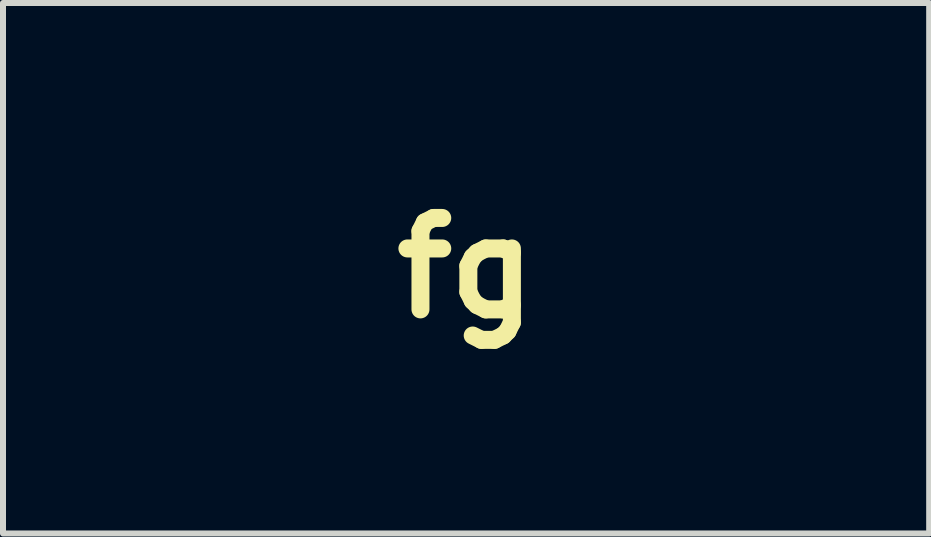
<source format=kicad_pcb>
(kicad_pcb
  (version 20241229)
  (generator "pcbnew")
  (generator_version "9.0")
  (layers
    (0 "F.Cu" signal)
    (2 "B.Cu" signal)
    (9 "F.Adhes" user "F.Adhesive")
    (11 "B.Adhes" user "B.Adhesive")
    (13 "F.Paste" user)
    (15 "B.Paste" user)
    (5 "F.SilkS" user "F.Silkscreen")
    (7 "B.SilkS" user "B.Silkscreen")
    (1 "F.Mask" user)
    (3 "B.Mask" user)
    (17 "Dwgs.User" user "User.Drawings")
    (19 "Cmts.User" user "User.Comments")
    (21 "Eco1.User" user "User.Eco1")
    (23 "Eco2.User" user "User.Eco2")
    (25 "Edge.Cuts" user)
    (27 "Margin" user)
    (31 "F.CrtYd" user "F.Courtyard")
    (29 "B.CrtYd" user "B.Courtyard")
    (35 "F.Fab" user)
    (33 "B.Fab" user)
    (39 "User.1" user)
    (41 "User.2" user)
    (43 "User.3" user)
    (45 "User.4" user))
  (footprint "fg"
    (layer "F.Cu")
    (at 4.721 1.418)
    (property "Reference" "fg" (at 0 0 0) (layer "F.SilkS") (effects (font (size 1.524 1.524) (thickness 0.3))))
    (attr through_hole)
    (fp_poly (pts (xy -1.021 -0.425) (xy -1.029 -0.388) (xy -1.036 -0.357) (xy -1.04 -0.336) (xy -1.041 -0.328) (xy -1.049 -0.327) (xy -1.072 -0.325) (xy -1.108 -0.323) (xy -1.155 -0.322) (xy -1.21 -0.321) (xy -1.272 -0.32) (xy -1.297 -0.32) (xy -1.553 -0.318) (xy -1.576 -0.212) (xy -1.585 -0.171) (xy -1.593 -0.136) (xy -1.598 -0.109) (xy -1.6 -0.096) (xy -1.6 -0.095) (xy -1.596 -0.092) (xy -1.584 -0.089) (xy -1.562 -0.087) (xy -1.529 -0.086) (xy -1.482 -0.085) (xy -1.421 -0.085) (xy -1.38 -0.085) (xy -1.321 -0.085) (xy -1.268 -0.084) (xy -1.223 -0.084) (xy -1.189 -0.083) (xy -1.167 -0.082) (xy -1.16 -0.081) (xy -1.162 -0.072) (xy -1.166 -0.05) (xy -1.172 -0.019) (xy -1.177 0.004) (xy -1.184 0.039) (xy -1.19 0.068) (xy -1.193 0.086) (xy -1.194 0.09) (xy -1.202 0.091) (xy -1.225 0.092) (xy -1.26 0.092) (xy -1.306 0.093) (xy -1.359 0.093) (xy -1.417 0.093) (xy -1.64 0.093) (xy -1.731 0.525) (xy -1.848 0.525) (xy -1.896 0.525) (xy -1.929 0.523) (xy -1.95 0.521) (xy -1.959 0.518) (xy -1.96 0.514) (xy -1.958 0.504) (xy -1.952 0.479) (xy -1.944 0.441) (xy -1.933 0.39) (xy -1.92 0.329) (xy -1.905 0.259) (xy -1.889 0.181) (xy -1.871 0.097) (xy -1.858 0.034) (xy -1.84 -0.054) (xy -1.822 -0.138) (xy -1.806 -0.217) (xy -1.791 -0.288) (xy -1.778 -0.35) (xy -1.767 -0.402) (xy -1.759 -0.442) (xy -1.753 -0.468) (xy -1.751 -0.476) (xy -1.743 -0.516) (xy -1.001 -0.516) (xy -1.021 -0.425)) (stroke (width 0.01) (type solid)) (fill yes) (layer "F.Mask"))
    (fp_poly (pts (xy 1.587 -0.539) (xy 1.682 -0.529) (xy 1.765 -0.507) (xy 1.835 -0.473) (xy 1.893 -0.428) (xy 1.939 -0.371) (xy 1.972 -0.303) (xy 1.992 -0.224) (xy 1.994 -0.21) (xy 2 -0.169) (xy 1.763 -0.169) (xy 1.758 -0.212) (xy 1.744 -0.258) (xy 1.717 -0.294) (xy 1.676 -0.321) (xy 1.622 -0.337) (xy 1.555 -0.343) (xy 1.549 -0.343) (xy 1.51 -0.342) (xy 1.481 -0.338) (xy 1.456 -0.331) (xy 1.431 -0.32) (xy 1.371 -0.281) (xy 1.32 -0.23) (xy 1.278 -0.166) (xy 1.246 -0.093) (xy 1.226 -0.013) (xy 1.218 0.074) (xy 1.218 0.079) (xy 1.219 0.126) (xy 1.222 0.161) (xy 1.23 0.191) (xy 1.241 0.221) (xy 1.25 0.238) (xy 1.282 0.286) (xy 1.326 0.321) (xy 1.38 0.344) (xy 1.442 0.354) (xy 1.485 0.352) (xy 1.553 0.339) (xy 1.61 0.315) (xy 1.654 0.281) (xy 1.685 0.244) (xy 1.712 0.199) (xy 1.731 0.155) (xy 1.737 0.135) (xy 1.497 0.135) (xy 1.503 0.108) (xy 1.508 0.085) (xy 1.515 0.053) (xy 1.521 0.023) (xy 1.534 -0.034) (xy 1.753 -0.034) (xy 1.812 -0.034) (xy 1.865 -0.033) (xy 1.91 -0.032) (xy 1.944 -0.031) (xy 1.966 -0.029) (xy 1.973 -0.028) (xy 1.971 -0.018) (xy 1.967 0.006) (xy 1.959 0.043) (xy 1.95 0.09) (xy 1.938 0.146) (xy 1.925 0.208) (xy 1.916 0.252) (xy 1.858 0.525) (xy 1.784 0.525) (xy 1.71 0.525) (xy 1.71 0.423) (xy 1.68 0.457) (xy 1.656 0.479) (xy 1.623 0.501) (xy 1.594 0.518) (xy 1.568 0.53) (xy 1.544 0.538) (xy 1.52 0.543) (xy 1.488 0.546) (xy 1.449 0.547) (xy 1.391 0.547) (xy 1.34 0.544) (xy 1.307 0.538) (xy 1.227 0.512) (xy 1.157 0.474) (xy 1.098 0.424) (xy 1.052 0.362) (xy 1.037 0.335) (xy 1.006 0.254) (xy 0.988 0.165) (xy 0.984 0.071) (xy 0.993 -0.027) (xy 1.016 -0.125) (xy 1.024 -0.15) (xy 1.05 -0.217) (xy 1.081 -0.275) (xy 1.12 -0.328) (xy 1.171 -0.384) (xy 1.173 -0.385) (xy 1.241 -0.445) (xy 1.312 -0.489) (xy 1.388 -0.519) (xy 1.472 -0.536) (xy 1.565 -0.54) (xy 1.587 -0.539)) (stroke (width 0.01) (type solid)) (fill yes) (layer "F.Mask"))
    (fp_poly (pts (xy 1.38 -1.411) (xy 1.487 -1.396) (xy 1.595 -1.365) (xy 1.704 -1.318) (xy 1.816 -1.254) (xy 1.93 -1.174) (xy 2.017 -1.103) (xy 2.066 -1.059) (xy 2.126 -1.002) (xy 2.194 -0.933) (xy 2.27 -0.855) (xy 2.353 -0.767) (xy 2.442 -0.67) (xy 2.527 -0.576) (xy 2.582 -0.515) (xy 2.64 -0.453) (xy 2.697 -0.391) (xy 2.754 -0.331) (xy 2.808 -0.274) (xy 2.859 -0.223) (xy 2.904 -0.177) (xy 2.943 -0.139) (xy 2.974 -0.111) (xy 2.995 -0.093) (xy 3 -0.089) (xy 3.009 -0.084) (xy 3.019 -0.083) (xy 3.031 -0.086) (xy 3.05 -0.095) (xy 3.078 -0.111) (xy 3.111 -0.13) (xy 3.235 -0.197) (xy 3.357 -0.248) (xy 3.478 -0.282) (xy 3.599 -0.3) (xy 3.719 -0.303) (xy 3.725 -0.302) (xy 3.815 -0.294) (xy 3.905 -0.278) (xy 3.998 -0.253) (xy 4.096 -0.219) (xy 4.2 -0.176) (xy 4.314 -0.122) (xy 4.409 -0.072) (xy 4.447 -0.052) (xy 4.481 -0.035) (xy 4.508 -0.023) (xy 4.523 -0.017) (xy 4.525 -0.017) (xy 4.538 -0.02) (xy 4.562 -0.029) (xy 4.594 -0.043) (xy 4.624 -0.055) (xy 4.658 -0.071) (xy 4.687 -0.082) (xy 4.706 -0.089) (xy 4.713 -0.091) (xy 4.707 -0.086) (xy 4.69 -0.074) (xy 4.664 -0.058) (xy 4.646 -0.048) (xy 4.614 -0.03) (xy 4.588 -0.015) (xy 4.57 -0.004) (xy 4.565 -0.001) (xy 4.564 0.005) (xy 4.577 0.017) (xy 4.603 0.034) (xy 4.618 0.043) (xy 4.646 0.059) (xy 4.667 0.073) (xy 4.678 0.081) (xy 4.679 0.082) (xy 4.67 0.08) (xy 4.65 0.073) (xy 4.621 0.061) (xy 4.601 0.052) (xy 4.525 0.019) (xy 4.449 0.061) (xy 4.31 0.134) (xy 4.179 0.195) (xy 4.057 0.242) (xy 3.941 0.277) (xy 3.831 0.3) (xy 3.725 0.311) (xy 3.621 0.311) (xy 3.519 0.298) (xy 3.417 0.275) (xy 3.37 0.26) (xy 3.307 0.237) (xy 3.237 0.206) (xy 3.167 0.171) (xy 3.103 0.134) (xy 3.071 0.115) (xy 3.046 0.098) (xy 3.029 0.089) (xy 3.018 0.088) (xy 3.007 0.093) (xy 3.001 0.097) (xy 2.982 0.112) (xy 2.954 0.137) (xy 2.917 0.173) (xy 2.872 0.218) (xy 2.821 0.27) (xy 2.765 0.329) (xy 2.704 0.392) (xy 2.641 0.459) (xy 2.577 0.529) (xy 2.512 0.6) (xy 2.488 0.627) (xy 2.392 0.732) (xy 2.305 0.826) (xy 2.227 0.908) (xy 2.155 0.981) (xy 2.09 1.044) (xy 2.029 1.1) (xy 1.972 1.149) (xy 1.917 1.192) (xy 1.863 1.231) (xy 1.82 1.26) (xy 1.707 1.325) (xy 1.594 1.374) (xy 1.481 1.405) (xy 1.369 1.42) (xy 1.257 1.418) (xy 1.144 1.398) (xy 1.032 1.362) (xy 0.948 1.325) (xy 0.857 1.273) (xy 0.762 1.205) (xy 0.663 1.122) (xy 0.56 1.025) (xy 0.454 0.914) (xy 0.346 0.789) (xy 0.235 0.652) (xy 0.14 0.525) (xy 0.11 0.484) (xy 0.08 0.443) (xy 0.054 0.406) (xy 0.034 0.377) (xy 0.027 0.367) (xy 0.014 0.349) (xy 0.003 0.339) (xy 0.002 0.339) (xy -0.007 0.345) (xy -0.021 0.361) (xy -0.028 0.37) (xy -0.04 0.387) (xy -0.06 0.414) (xy -0.087 0.45) (xy -0.118 0.491) (xy -0.151 0.535) (xy -0.155 0.541) (xy -0.187 0.584) (xy -0.217 0.625) (xy -0.243 0.66) (xy -0.263 0.686) (xy -0.275 0.702) (xy -0.276 0.704) (xy -0.295 0.729) (xy -0.324 0.763) (xy -0.359 0.804) (xy -0.398 0.849) (xy -0.439 0.895) (xy -0.479 0.94) (xy -0.515 0.979) (xy -0.546 1.011) (xy -0.548 1.014) (xy -0.653 1.114) (xy -0.754 1.198) (xy -0.853 1.268) (xy -0.951 1.325) (xy -1.051 1.369) (xy -1.143 1.399) (xy -1.188 1.408) (xy -1.244 1.414) (xy -1.305 1.418) (xy -1.365 1.419) (xy -1.42 1.417) (xy -1.456 1.413) (xy -1.548 1.39) (xy -1.645 1.353) (xy -1.746 1.303) (xy -1.849 1.24) (xy -1.918 1.192) (xy -1.965 1.154) (xy -2.022 1.104) (xy -2.088 1.043) (xy -2.16 0.974) (xy -2.237 0.896) (xy -2.319 0.811) (xy -2.404 0.72) (xy -2.491 0.626) (xy -2.532 0.58) (xy -2.587 0.519) (xy -2.644 0.457) (xy -2.701 0.396) (xy -2.757 0.336) (xy -2.811 0.28) (xy -2.861 0.229) (xy -2.906 0.183) (xy -2.945 0.146) (xy -2.975 0.118) (xy -2.996 0.1) (xy -3 0.098) (xy -3.01 0.092) (xy -3.019 0.09) (xy -3.032 0.094) (xy -3.051 0.103) (xy -3.079 0.12) (xy -3.1 0.132) (xy -3.225 0.201) (xy -3.347 0.253) (xy -3.469 0.289) (xy -3.591 0.308) (xy -3.714 0.312) (xy -3.84 0.299) (xy -3.969 0.271) (xy -4.017 0.257) (xy -4.072 0.237) (xy -4.138 0.211) (xy -4.21 0.179) (xy -4.286 0.144) (xy -4.36 0.107) (xy -4.414 0.078) (xy -4.523 0.019) (xy -4.575 0.043) (xy -4.612 0.059) (xy -4.647 0.074) (xy -4.678 0.086) (xy -4.702 0.095) (xy -4.715 0.098) (xy -4.716 0.098) (xy -4.709 0.092) (xy -4.691 0.081) (xy -4.664 0.066) (xy -4.65 0.058) (xy -4.609 0.036) (xy -4.582 0.021) (xy -4.568 0.009) (xy -4.568 0.008) (xy -4.482 0.008) (xy -4.481 0.009) (xy -4.471 0.016) (xy -4.447 0.027) (xy -4.413 0.043) (xy -4.371 0.061) (xy -4.325 0.081) (xy -4.277 0.101) (xy -4.23 0.121) (xy -4.187 0.139) (xy -4.15 0.153) (xy -4.123 0.163) (xy -4.03 0.193) (xy -3.946 0.214) (xy -3.868 0.227) (xy -3.789 0.233) (xy -3.713 0.233) (xy -3.649 0.23) (xy -3.595 0.224) (xy -3.544 0.214) (xy -3.52 0.209) (xy -3.474 0.195) (xy -3.421 0.176) (xy -3.372 0.156) (xy -3.355 0.148) (xy -3.317 0.129) (xy -3.276 0.107) (xy -3.235 0.083) (xy -3.197 0.06) (xy -3.165 0.038) (xy -3.14 0.021) (xy -3.126 0.008) (xy -3.124 0.004) (xy -3.126 0.003) (xy -2.904 0.003) (xy -2.898 0.01) (xy -2.882 0.027) (xy -2.857 0.049) (xy -2.826 0.076) (xy -2.815 0.085) (xy -2.78 0.114) (xy -2.748 0.142) (xy -2.716 0.17) (xy -2.683 0.2) (xy -2.646 0.234) (xy -2.605 0.273) (xy -2.557 0.319) (xy -2.501 0.374) (xy -2.438 0.436) (xy -2.346 0.526) (xy -2.264 0.606) (xy -2.191 0.675) (xy -2.126 0.736) (xy -2.068 0.789) (xy -2.016 0.836) (xy -1.968 0.876) (xy -1.924 0.913) (xy -1.881 0.945) (xy -1.839 0.976) (xy -1.801 1.002) (xy -1.704 1.063) (xy -1.612 1.11) (xy -1.526 1.143) (xy -1.444 1.161) (xy -1.364 1.167) (xy -1.285 1.159) (xy -1.266 1.156) (xy -1.203 1.137) (xy -1.134 1.108) (xy -1.066 1.071) (xy -1.033 1.05) (xy -0.978 1.008) (xy -0.917 0.954) (xy -0.851 0.888) (xy -0.783 0.814) (xy -0.713 0.733) (xy -0.645 0.647) (xy -0.626 0.621) (xy -0.6 0.585) (xy -0.566 0.538) (xy -0.529 0.483) (xy -0.488 0.424) (xy -0.448 0.364) (xy -0.41 0.307) (xy -0.376 0.255) (xy -0.349 0.212) (xy -0.348 0.211) (xy -0.33 0.183) (xy -0.308 0.146) (xy -0.283 0.108) (xy -0.274 0.093) (xy -0.255 0.061) (xy -0.239 0.032) (xy -0.23 0.011) (xy -0.229 0.004) (xy 0.222 0.004) (xy 0.244 0.042) (xy 0.275 0.095) (xy 0.314 0.158) (xy 0.359 0.228) (xy 0.407 0.303) (xy 0.457 0.378) (xy 0.506 0.451) (xy 0.552 0.518) (xy 0.593 0.576) (xy 0.617 0.61) (xy 0.697 0.714) (xy 0.778 0.809) (xy 0.856 0.894) (xy 0.931 0.967) (xy 1.001 1.026) (xy 1.025 1.044) (xy 1.086 1.082) (xy 1.152 1.116) (xy 1.216 1.142) (xy 1.262 1.156) (xy 1.315 1.163) (xy 1.378 1.165) (xy 1.442 1.16) (xy 1.501 1.15) (xy 1.511 1.147) (xy 1.583 1.122) (xy 1.664 1.084) (xy 1.751 1.034) (xy 1.842 0.973) (xy 1.936 0.903) (xy 1.961 0.883) (xy 1.99 0.858) (xy 2.021 0.831) (xy 2.056 0.801) (xy 2.094 0.766) (xy 2.138 0.725) (xy 2.188 0.678) (xy 2.245 0.623) (xy 2.311 0.559) (xy 2.386 0.486) (xy 2.473 0.402) (xy 2.485 0.39) (xy 2.593 0.286) (xy 2.69 0.195) (xy 2.777 0.117) (xy 2.854 0.052) (xy 2.881 0.029) (xy 2.913 0.005) (xy 3.116 0.005) (xy 3.123 0.012) (xy 3.142 0.025) (xy 3.17 0.043) (xy 3.204 0.064) (xy 3.241 0.087) (xy 3.279 0.108) (xy 3.314 0.128) (xy 3.344 0.143) (xy 3.345 0.143) (xy 3.457 0.19) (xy 3.568 0.22) (xy 3.678 0.235) (xy 3.792 0.234) (xy 3.878 0.225) (xy 3.953 0.211) (xy 4.029 0.191) (xy 4.112 0.165) (xy 4.204 0.131) (xy 4.229 0.121) (xy 4.287 0.097) (xy 4.342 0.074) (xy 4.39 0.053) (xy 4.432 0.034) (xy 4.463 0.019) (xy 4.482 0.009) (xy 4.487 0.004) (xy 4.48 -0.002) (xy 4.459 -0.013) (xy 4.427 -0.028) (xy 4.387 -0.046) (xy 4.341 -0.066) (xy 4.291 -0.087) (xy 4.24 -0.108) (xy 4.19 -0.128) (xy 4.144 -0.146) (xy 4.104 -0.16) (xy 4.081 -0.168) (xy 4.006 -0.19) (xy 3.941 -0.206) (xy 3.881 -0.216) (xy 3.818 -0.222) (xy 3.749 -0.224) (xy 3.734 -0.224) (xy 3.677 -0.223) (xy 3.632 -0.221) (xy 3.594 -0.217) (xy 3.558 -0.21) (xy 3.535 -0.205) (xy 3.437 -0.175) (xy 3.34 -0.133) (xy 3.24 -0.079) (xy 3.16 -0.027) (xy 3.137 -0.012) (xy 3.121 0.000025) (xy 3.116 0.005) (xy 2.913 0.005) (xy 2.914 0.004) (xy 2.856 -0.042) (xy 2.808 -0.082) (xy 2.757 -0.125) (xy 2.702 -0.175) (xy 2.641 -0.231) (xy 2.572 -0.297) (xy 2.494 -0.373) (xy 2.472 -0.394) (xy 2.377 -0.487) (xy 2.293 -0.569) (xy 2.218 -0.641) (xy 2.151 -0.704) (xy 2.093 -0.758) (xy 2.04 -0.806) (xy 1.993 -0.847) (xy 1.949 -0.884) (xy 1.909 -0.916) (xy 1.871 -0.945) (xy 1.833 -0.972) (xy 1.795 -0.998) (xy 1.785 -1.005) (xy 1.689 -1.063) (xy 1.597 -1.107) (xy 1.508 -1.137) (xy 1.421 -1.153) (xy 1.336 -1.156) (xy 1.253 -1.143) (xy 1.169 -1.116) (xy 1.086 -1.074) (xy 1.001 -1.017) (xy 0.915 -0.945) (xy 0.827 -0.856) (xy 0.735 -0.752) (xy 0.64 -0.632) (xy 0.617 -0.601) (xy 0.573 -0.541) (xy 0.523 -0.469) (xy 0.47 -0.39) (xy 0.415 -0.306) (xy 0.361 -0.223) (xy 0.31 -0.142) (xy 0.27 -0.076) (xy 0.222 0.004) (xy -0.229 0.004) (xy -0.229 0.004) (xy -0.233 -0.013) (xy -0.244 -0.037) (xy -0.255 -0.056) (xy -0.279 -0.094) (xy -0.303 -0.13) (xy -0.329 -0.172) (xy -0.352 -0.207) (xy -0.454 -0.365) (xy -0.551 -0.508) (xy -0.644 -0.635) (xy -0.732 -0.747) (xy -0.818 -0.845) (xy -0.9 -0.929) (xy -0.98 -0.999) (xy -1.057 -1.056) (xy -1.134 -1.1) (xy -1.209 -1.131) (xy -1.284 -1.15) (xy -1.358 -1.158) (xy -1.434 -1.154) (xy -1.51 -1.139) (xy -1.511 -1.139) (xy -1.568 -1.12) (xy -1.633 -1.091) (xy -1.703 -1.054) (xy -1.774 -1.012) (xy -1.785 -1.005) (xy -1.829 -0.975) (xy -1.873 -0.944) (xy -1.918 -0.909) (xy -1.967 -0.869) (xy -2.019 -0.825) (xy -2.076 -0.774) (xy -2.139 -0.716) (xy -2.21 -0.649) (xy -2.289 -0.573) (xy -2.378 -0.486) (xy -2.447 -0.419) (xy -2.515 -0.352) (xy -2.573 -0.295) (xy -2.624 -0.247) (xy -2.669 -0.205) (xy -2.71 -0.167) (xy -2.749 -0.132) (xy -2.789 -0.099) (xy -2.825 -0.068) (xy -2.855 -0.043) (xy -2.88 -0.021) (xy -2.897 -0.005) (xy -2.904 0.003) (xy -3.126 0.003) (xy -3.131 -0.005) (xy -3.151 -0.021) (xy -3.18 -0.041) (xy -3.216 -0.064) (xy -3.256 -0.088) (xy -3.298 -0.111) (xy -3.34 -0.132) (xy -3.347 -0.136) (xy -3.427 -0.172) (xy -3.503 -0.197) (xy -3.579 -0.213) (xy -3.661 -0.221) (xy -3.73 -0.223) (xy -3.807 -0.222) (xy -3.881 -0.215) (xy -3.953 -0.203) (xy -4.028 -0.185) (xy -4.109 -0.159) (xy -4.198 -0.125) (xy -4.266 -0.097) (xy -4.333 -0.069) (xy -4.386 -0.046) (xy -4.426 -0.028) (xy -4.454 -0.014) (xy -4.472 -0.004) (xy -4.481 0.003) (xy -4.482 0.008) (xy -4.568 0.008) (xy -4.566 -0.00023) (xy -4.576 -0.01) (xy -4.596 -0.022) (xy -4.619 -0.034) (xy -4.647 -0.05) (xy -4.668 -0.064) (xy -4.678 -0.072) (xy -4.679 -0.074) (xy -4.67 -0.072) (xy -4.649 -0.065) (xy -4.62 -0.053) (xy -4.6 -0.044) (xy -4.525 -0.01) (xy -4.441 -0.057) (xy -4.309 -0.125) (xy -4.188 -0.182) (xy -4.075 -0.227) (xy -3.969 -0.262) (xy -3.868 -0.286) (xy -3.771 -0.299) (xy -3.677 -0.303) (xy -3.628 -0.302) (xy -3.522 -0.291) (xy -3.42 -0.268) (xy -3.317 -0.234) (xy -3.213 -0.187) (xy -3.103 -0.126) (xy -3.096 -0.121) (xy -3.021 -0.076) (xy -2.99 -0.099) (xy -2.965 -0.12) (xy -2.93 -0.153) (xy -2.887 -0.195) (xy -2.837 -0.245) (xy -2.781 -0.303) (xy -2.722 -0.365) (xy -2.659 -0.432) (xy -2.596 -0.5) (xy -2.533 -0.57) (xy -2.532 -0.572) (xy -2.417 -0.698) (xy -2.311 -0.812) (xy -2.213 -0.913) (xy -2.122 -1.002) (xy -2.038 -1.08) (xy -1.96 -1.147) (xy -1.887 -1.204) (xy -1.819 -1.252) (xy -1.754 -1.292) (xy -1.75 -1.294) (xy -1.667 -1.337) (xy -1.591 -1.368) (xy -1.517 -1.39) (xy -1.44 -1.404) (xy -1.363 -1.411) (xy -1.259 -1.41) (xy -1.155 -1.394) (xy -1.052 -1.363) (xy -0.949 -1.317) (xy -0.845 -1.256) (xy -0.739 -1.179) (xy -0.631 -1.086) (xy -0.55 -1.008) (xy -0.521 -0.978) (xy -0.486 -0.94) (xy -0.447 -0.896) (xy -0.406 -0.85) (xy -0.367 -0.805) (xy -0.331 -0.763) (xy -0.301 -0.727) (xy -0.28 -0.7) (xy -0.276 -0.695) (xy -0.265 -0.681) (xy -0.246 -0.655) (xy -0.221 -0.622) (xy -0.192 -0.582) (xy -0.16 -0.541) (xy -0.127 -0.497) (xy -0.096 -0.455) (xy -0.068 -0.418) (xy -0.047 -0.388) (xy -0.034 -0.37) (xy -0.018 -0.349) (xy -0.004 -0.334) (xy 0.001 -0.33) (xy 0.01 -0.337) (xy 0.022 -0.352) (xy 0.023 -0.353) (xy 0.038 -0.376) (xy 0.056 -0.401) (xy 0.06 -0.406) (xy 0.072 -0.423) (xy 0.092 -0.45) (xy 0.118 -0.485) (xy 0.149 -0.525) (xy 0.18 -0.567) (xy 0.246 -0.654) (xy 0.304 -0.729) (xy 0.357 -0.795) (xy 0.406 -0.853) (xy 0.454 -0.907) (xy 0.464 -0.917) (xy 0.576 -1.033) (xy 0.685 -1.133) (xy 0.791 -1.217) (xy 0.895 -1.285) (xy 0.998 -1.339) (xy 1.099 -1.378) (xy 1.201 -1.402) (xy 1.303 -1.412) (xy 1.38 -1.411)) (stroke (width 0.01) (type solid)) (fill yes) (layer "F.Mask")))
  (gr_rect
    (start -3 -3)
    (end 12.439 5.843)
    (stroke (width 0.1) (type default))
    (fill no)
    (layer "Edge.Cuts")))
</source>
